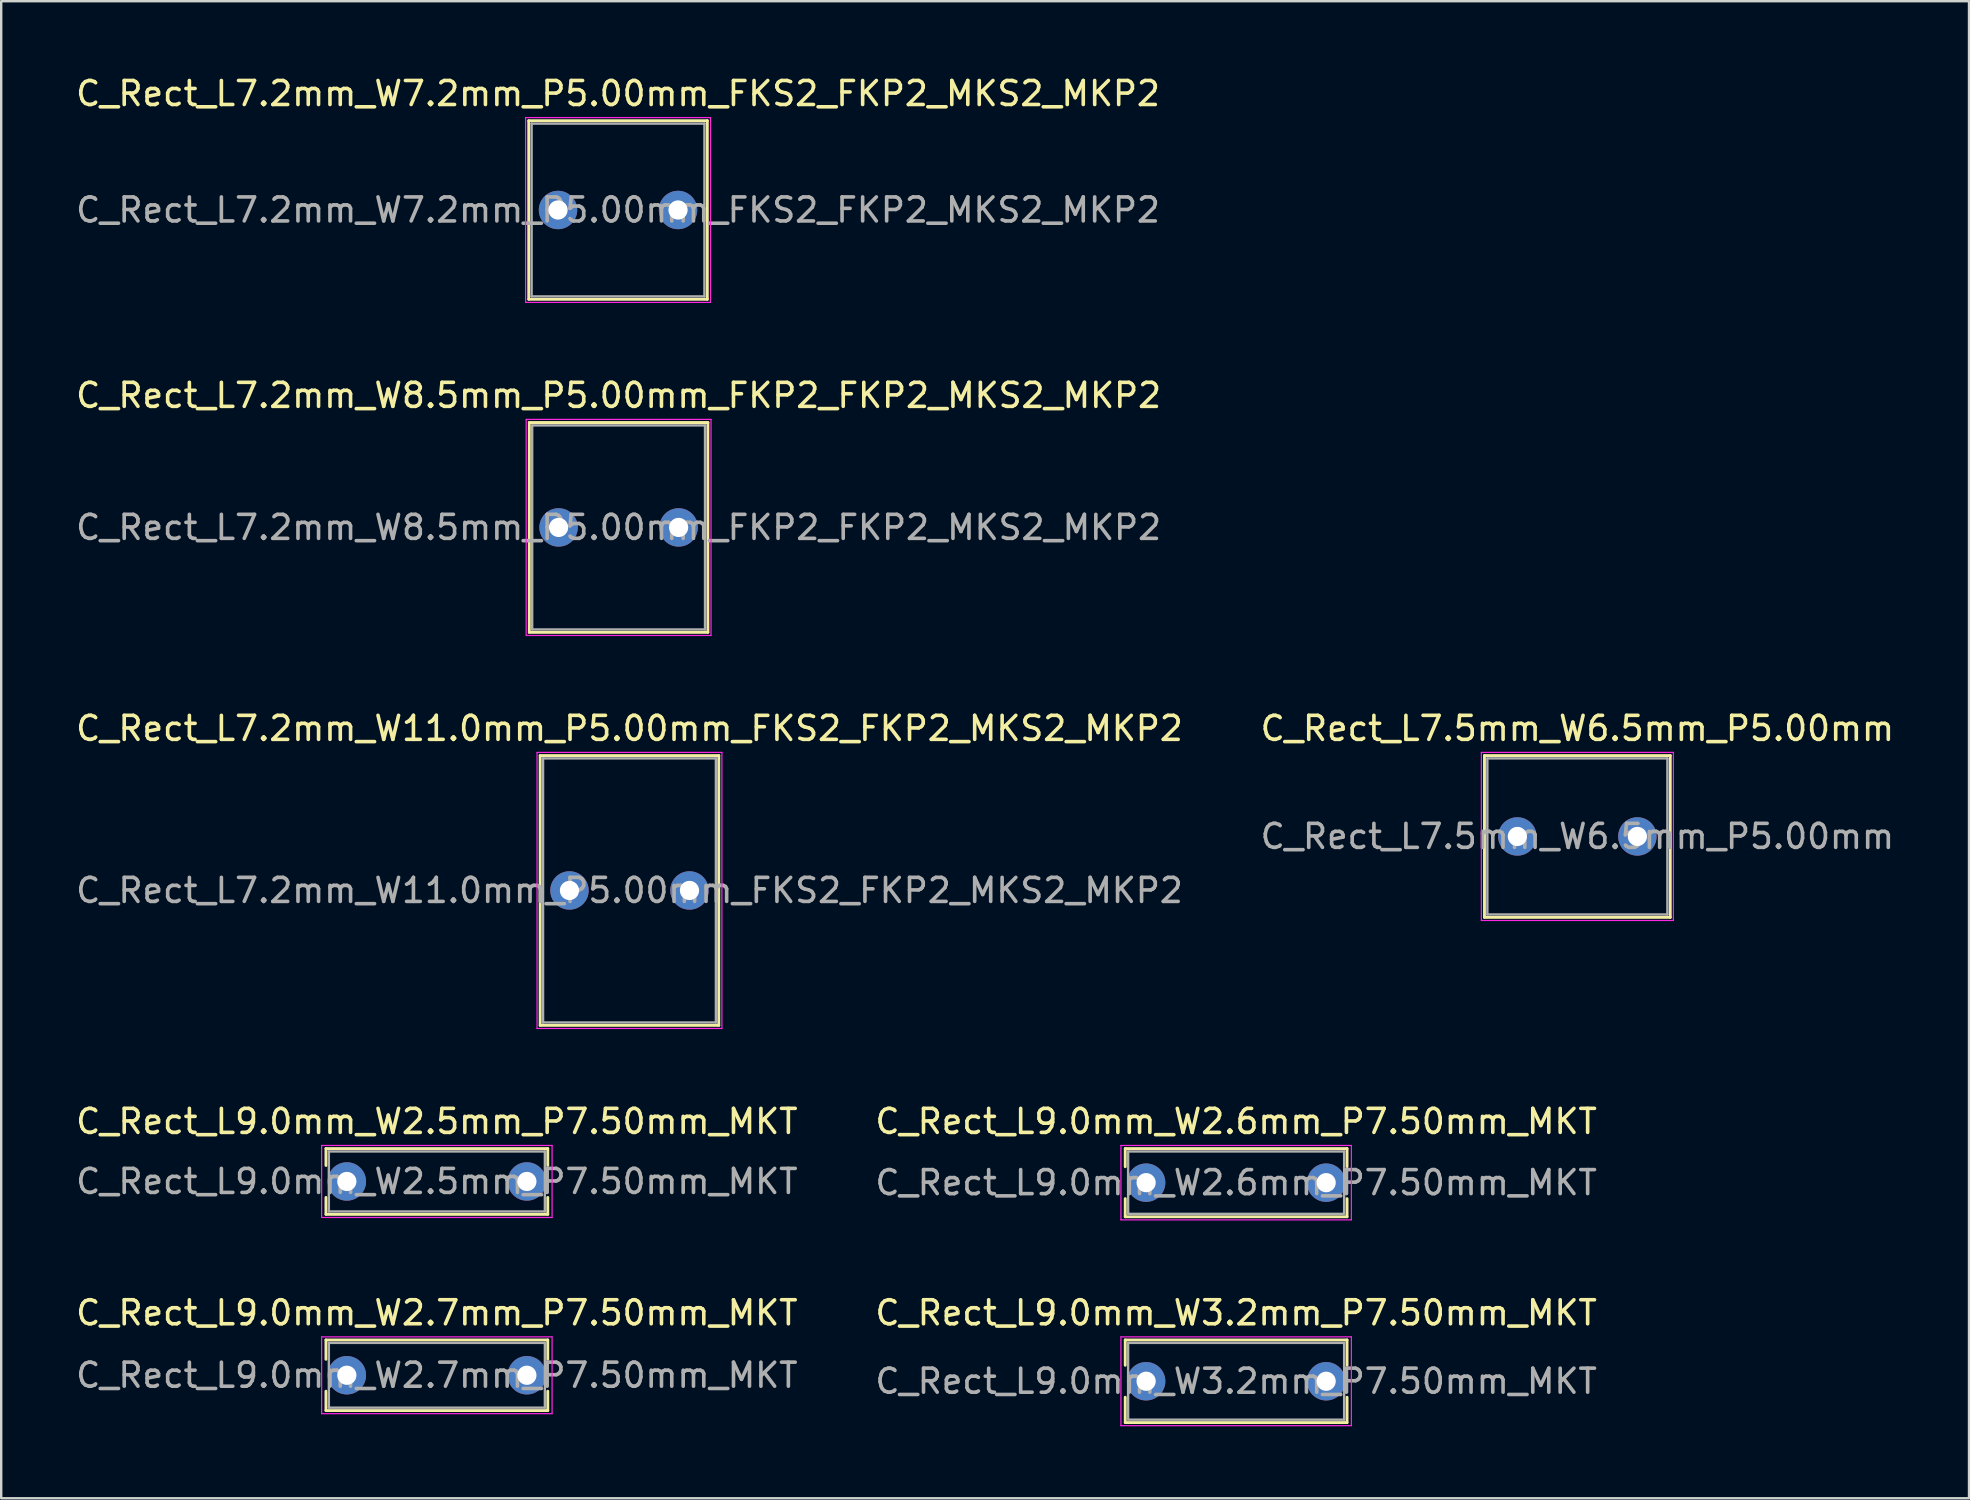
<source format=kicad_pcb>
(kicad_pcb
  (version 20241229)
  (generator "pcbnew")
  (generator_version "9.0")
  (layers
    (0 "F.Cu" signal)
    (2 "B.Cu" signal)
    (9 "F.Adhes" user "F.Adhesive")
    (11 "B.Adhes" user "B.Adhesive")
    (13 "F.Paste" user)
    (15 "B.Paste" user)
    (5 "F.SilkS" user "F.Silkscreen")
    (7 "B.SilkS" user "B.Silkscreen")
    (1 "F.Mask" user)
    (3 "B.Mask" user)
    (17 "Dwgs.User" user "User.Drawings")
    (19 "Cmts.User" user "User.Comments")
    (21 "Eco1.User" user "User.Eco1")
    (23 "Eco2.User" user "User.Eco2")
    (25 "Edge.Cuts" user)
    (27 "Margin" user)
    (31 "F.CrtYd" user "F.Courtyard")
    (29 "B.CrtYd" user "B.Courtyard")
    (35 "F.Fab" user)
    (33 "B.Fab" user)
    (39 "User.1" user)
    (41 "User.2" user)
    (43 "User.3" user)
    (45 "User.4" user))
  (footprint "C_Rect_L7.2mm_W11.0mm_P5.00mm_FKS2_FKP2_MKS2_MKP2"
    (layer "F.Cu")
    (at 20.673 34.045)
    (property "Reference" "C_Rect_L7.2mm_W11.0mm_P5.00mm_FKS2_FKP2_MKS2_MKP2" (at 2.5 -6.75 0) (layer "F.SilkS") (effects (font (size 1 1) (thickness 0.15))))
    (attr through_hole)
    (fp_line (start -1.22 -5.62) (end -1.22 5.62) (stroke (width 0.12) (type solid)) (layer "F.SilkS"))
    (fp_line (start -1.22 -5.62) (end 6.22 -5.62) (stroke (width 0.12) (type solid)) (layer "F.SilkS"))
    (fp_line (start -1.22 5.62) (end 6.22 5.62) (stroke (width 0.12) (type solid)) (layer "F.SilkS"))
    (fp_line (start 6.22 -5.62) (end 6.22 5.62) (stroke (width 0.12) (type solid)) (layer "F.SilkS"))
    (fp_line (start -1.35 -5.75) (end -1.35 5.75) (stroke (width 0.05) (type solid)) (layer "F.CrtYd"))
    (fp_line (start -1.35 5.75) (end 6.35 5.75) (stroke (width 0.05) (type solid)) (layer "F.CrtYd"))
    (fp_line (start 6.35 -5.75) (end -1.35 -5.75) (stroke (width 0.05) (type solid)) (layer "F.CrtYd"))
    (fp_line (start 6.35 5.75) (end 6.35 -5.75) (stroke (width 0.05) (type solid)) (layer "F.CrtYd"))
    (fp_line (start -1.1 -5.5) (end -1.1 5.5) (stroke (width 0.1) (type solid)) (layer "F.Fab"))
    (fp_line (start -1.1 5.5) (end 6.1 5.5) (stroke (width 0.1) (type solid)) (layer "F.Fab"))
    (fp_line (start 6.1 -5.5) (end -1.1 -5.5) (stroke (width 0.1) (type solid)) (layer "F.Fab"))
    (fp_line (start 6.1 5.5) (end 6.1 -5.5) (stroke (width 0.1) (type solid)) (layer "F.Fab"))
    (fp_text user "${REFERENCE}" (at 2.5 0 0) (layer "F.Fab") (effects (font (size 1 1) (thickness 0.15))))
    (pad "1" thru_hole circle (at 0 0) (size 1.6 1.6) (drill 0.8) (layers "*.Cu" "*.Mask"))
    (pad "2" thru_hole circle (at 5 0) (size 1.6 1.6) (drill 0.8) (layers "*.Cu" "*.Mask")))
  (footprint "C_Rect_L9.0mm_W2.7mm_P7.50mm_MKT"
    (layer "F.Cu")
    (at 11.399 54.241)
    (property "Reference" "C_Rect_L9.0mm_W2.7mm_P7.50mm_MKT" (at 3.75 -2.6 0) (layer "F.SilkS") (effects (font (size 1 1) (thickness 0.15))))
    (attr through_hole)
    (fp_line (start -0.87 -1.471) (end -0.87 -0.665) (stroke (width 0.12) (type solid)) (layer "F.SilkS"))
    (fp_line (start -0.87 -1.471) (end 8.37 -1.471) (stroke (width 0.12) (type solid)) (layer "F.SilkS"))
    (fp_line (start -0.87 0.665) (end -0.87 1.471) (stroke (width 0.12) (type solid)) (layer "F.SilkS"))
    (fp_line (start -0.87 1.471) (end 8.37 1.471) (stroke (width 0.12) (type solid)) (layer "F.SilkS"))
    (fp_line (start 8.37 -1.471) (end 8.37 -0.665) (stroke (width 0.12) (type solid)) (layer "F.SilkS"))
    (fp_line (start 8.37 0.665) (end 8.37 1.471) (stroke (width 0.12) (type solid)) (layer "F.SilkS"))
    (fp_line (start -1.05 -1.6) (end -1.05 1.6) (stroke (width 0.05) (type solid)) (layer "F.CrtYd"))
    (fp_line (start -1.05 1.6) (end 8.55 1.6) (stroke (width 0.05) (type solid)) (layer "F.CrtYd"))
    (fp_line (start 8.55 -1.6) (end -1.05 -1.6) (stroke (width 0.05) (type solid)) (layer "F.CrtYd"))
    (fp_line (start 8.55 1.6) (end 8.55 -1.6) (stroke (width 0.05) (type solid)) (layer "F.CrtYd"))
    (fp_line (start -0.75 -1.35) (end -0.75 1.35) (stroke (width 0.1) (type solid)) (layer "F.Fab"))
    (fp_line (start -0.75 1.35) (end 8.25 1.35) (stroke (width 0.1) (type solid)) (layer "F.Fab"))
    (fp_line (start 8.25 -1.35) (end -0.75 -1.35) (stroke (width 0.1) (type solid)) (layer "F.Fab"))
    (fp_line (start 8.25 1.35) (end 8.25 -1.35) (stroke (width 0.1) (type solid)) (layer "F.Fab"))
    (fp_text user "${REFERENCE}" (at 3.75 0 0) (layer "F.Fab") (effects (font (size 1 1) (thickness 0.15))))
    (pad "1" thru_hole circle (at 0 0) (size 1.6 1.6) (drill 0.8) (layers "*.Cu" "*.Mask"))
    (pad "2" thru_hole circle (at 7.5 0) (size 1.6 1.6) (drill 0.8) (layers "*.Cu" "*.Mask")))
  (footprint "C_Rect_L7.2mm_W7.2mm_P5.00mm_FKS2_FKP2_MKS2_MKP2"
    (layer "F.Cu")
    (at 20.196 5.698)
    (property "Reference" "C_Rect_L7.2mm_W7.2mm_P5.00mm_FKS2_FKP2_MKS2_MKP2" (at 2.5 -4.85 0) (layer "F.SilkS") (effects (font (size 1 1) (thickness 0.15))))
    (attr through_hole)
    (fp_line (start -1.22 -3.72) (end -1.22 3.72) (stroke (width 0.12) (type solid)) (layer "F.SilkS"))
    (fp_line (start -1.22 -3.72) (end 6.22 -3.72) (stroke (width 0.12) (type solid)) (layer "F.SilkS"))
    (fp_line (start -1.22 3.72) (end 6.22 3.72) (stroke (width 0.12) (type solid)) (layer "F.SilkS"))
    (fp_line (start 6.22 -3.72) (end 6.22 3.72) (stroke (width 0.12) (type solid)) (layer "F.SilkS"))
    (fp_line (start -1.35 -3.85) (end -1.35 3.85) (stroke (width 0.05) (type solid)) (layer "F.CrtYd"))
    (fp_line (start -1.35 3.85) (end 6.35 3.85) (stroke (width 0.05) (type solid)) (layer "F.CrtYd"))
    (fp_line (start 6.35 -3.85) (end -1.35 -3.85) (stroke (width 0.05) (type solid)) (layer "F.CrtYd"))
    (fp_line (start 6.35 3.85) (end 6.35 -3.85) (stroke (width 0.05) (type solid)) (layer "F.CrtYd"))
    (fp_line (start -1.1 -3.6) (end -1.1 3.6) (stroke (width 0.1) (type solid)) (layer "F.Fab"))
    (fp_line (start -1.1 3.6) (end 6.1 3.6) (stroke (width 0.1) (type solid)) (layer "F.Fab"))
    (fp_line (start 6.1 -3.6) (end -1.1 -3.6) (stroke (width 0.1) (type solid)) (layer "F.Fab"))
    (fp_line (start 6.1 3.6) (end 6.1 -3.6) (stroke (width 0.1) (type solid)) (layer "F.Fab"))
    (fp_text user "${REFERENCE}" (at 2.5 0 0) (layer "F.Fab") (effects (font (size 1 1) (thickness 0.15))))
    (pad "1" thru_hole circle (at 0 0) (size 1.6 1.6) (drill 0.8) (layers "*.Cu" "*.Mask"))
    (pad "2" thru_hole circle (at 5 0) (size 1.6 1.6) (drill 0.8) (layers "*.Cu" "*.Mask")))
  (footprint "C_Rect_L9.0mm_W3.2mm_P7.50mm_MKT"
    (layer "F.Cu")
    (at 44.696 54.491)
    (property "Reference" "C_Rect_L9.0mm_W3.2mm_P7.50mm_MKT" (at 3.75 -2.85 0) (layer "F.SilkS") (effects (font (size 1 1) (thickness 0.15))))
    (attr through_hole)
    (fp_line (start -0.87 -1.721) (end -0.87 -0.665) (stroke (width 0.12) (type solid)) (layer "F.SilkS"))
    (fp_line (start -0.87 -1.721) (end 8.37 -1.721) (stroke (width 0.12) (type solid)) (layer "F.SilkS"))
    (fp_line (start -0.87 0.665) (end -0.87 1.721) (stroke (width 0.12) (type solid)) (layer "F.SilkS"))
    (fp_line (start -0.87 1.721) (end 8.37 1.721) (stroke (width 0.12) (type solid)) (layer "F.SilkS"))
    (fp_line (start 8.37 -1.721) (end 8.37 -0.665) (stroke (width 0.12) (type solid)) (layer "F.SilkS"))
    (fp_line (start 8.37 0.665) (end 8.37 1.721) (stroke (width 0.12) (type solid)) (layer "F.SilkS"))
    (fp_line (start -1.05 -1.85) (end -1.05 1.85) (stroke (width 0.05) (type solid)) (layer "F.CrtYd"))
    (fp_line (start -1.05 1.85) (end 8.55 1.85) (stroke (width 0.05) (type solid)) (layer "F.CrtYd"))
    (fp_line (start 8.55 -1.85) (end -1.05 -1.85) (stroke (width 0.05) (type solid)) (layer "F.CrtYd"))
    (fp_line (start 8.55 1.85) (end 8.55 -1.85) (stroke (width 0.05) (type solid)) (layer "F.CrtYd"))
    (fp_line (start -0.75 -1.6) (end -0.75 1.6) (stroke (width 0.1) (type solid)) (layer "F.Fab"))
    (fp_line (start -0.75 1.6) (end 8.25 1.6) (stroke (width 0.1) (type solid)) (layer "F.Fab"))
    (fp_line (start 8.25 -1.6) (end -0.75 -1.6) (stroke (width 0.1) (type solid)) (layer "F.Fab"))
    (fp_line (start 8.25 1.6) (end 8.25 -1.6) (stroke (width 0.1) (type solid)) (layer "F.Fab"))
    (fp_text user "${REFERENCE}" (at 3.75 0 0) (layer "F.Fab") (effects (font (size 1 1) (thickness 0.15))))
    (pad "1" thru_hole circle (at 0 0) (size 1.6 1.6) (drill 0.8) (layers "*.Cu" "*.Mask"))
    (pad "2" thru_hole circle (at 7.5 0) (size 1.6 1.6) (drill 0.8) (layers "*.Cu" "*.Mask")))
  (footprint "C_Rect_L9.0mm_W2.6mm_P7.50mm_MKT"
    (layer "F.Cu")
    (at 44.696 46.218)
    (property "Reference" "C_Rect_L9.0mm_W2.6mm_P7.50mm_MKT" (at 3.75 -2.55 0) (layer "F.SilkS") (effects (font (size 1 1) (thickness 0.15))))
    (attr through_hole)
    (fp_line (start -0.87 -1.42) (end -0.87 -0.665) (stroke (width 0.12) (type solid)) (layer "F.SilkS"))
    (fp_line (start -0.87 -1.42) (end 8.37 -1.42) (stroke (width 0.12) (type solid)) (layer "F.SilkS"))
    (fp_line (start -0.87 0.665) (end -0.87 1.42) (stroke (width 0.12) (type solid)) (layer "F.SilkS"))
    (fp_line (start -0.87 1.42) (end 8.37 1.42) (stroke (width 0.12) (type solid)) (layer "F.SilkS"))
    (fp_line (start 8.37 -1.42) (end 8.37 -0.665) (stroke (width 0.12) (type solid)) (layer "F.SilkS"))
    (fp_line (start 8.37 0.665) (end 8.37 1.42) (stroke (width 0.12) (type solid)) (layer "F.SilkS"))
    (fp_line (start -1.05 -1.55) (end -1.05 1.55) (stroke (width 0.05) (type solid)) (layer "F.CrtYd"))
    (fp_line (start -1.05 1.55) (end 8.55 1.55) (stroke (width 0.05) (type solid)) (layer "F.CrtYd"))
    (fp_line (start 8.55 -1.55) (end -1.05 -1.55) (stroke (width 0.05) (type solid)) (layer "F.CrtYd"))
    (fp_line (start 8.55 1.55) (end 8.55 -1.55) (stroke (width 0.05) (type solid)) (layer "F.CrtYd"))
    (fp_line (start -0.75 -1.3) (end -0.75 1.3) (stroke (width 0.1) (type solid)) (layer "F.Fab"))
    (fp_line (start -0.75 1.3) (end 8.25 1.3) (stroke (width 0.1) (type solid)) (layer "F.Fab"))
    (fp_line (start 8.25 -1.3) (end -0.75 -1.3) (stroke (width 0.1) (type solid)) (layer "F.Fab"))
    (fp_line (start 8.25 1.3) (end 8.25 -1.3) (stroke (width 0.1) (type solid)) (layer "F.Fab"))
    (fp_text user "${REFERENCE}" (at 3.75 0 0) (layer "F.Fab") (effects (font (size 1 1) (thickness 0.15))))
    (pad "1" thru_hole circle (at 0 0) (size 1.6 1.6) (drill 0.8) (layers "*.Cu" "*.Mask"))
    (pad "2" thru_hole circle (at 7.5 0) (size 1.6 1.6) (drill 0.8) (layers "*.Cu" "*.Mask")))
  (footprint "C_Rect_L7.2mm_W8.5mm_P5.00mm_FKP2_FKP2_MKS2_MKP2"
    (layer "F.Cu")
    (at 20.22 18.922)
    (property "Reference" "C_Rect_L7.2mm_W8.5mm_P5.00mm_FKP2_FKP2_MKS2_MKP2" (at 2.5 -5.5 0) (layer "F.SilkS") (effects (font (size 1 1) (thickness 0.15))))
    (attr through_hole)
    (fp_line (start -1.22 -4.37) (end -1.22 4.37) (stroke (width 0.12) (type solid)) (layer "F.SilkS"))
    (fp_line (start -1.22 -4.37) (end 6.22 -4.37) (stroke (width 0.12) (type solid)) (layer "F.SilkS"))
    (fp_line (start -1.22 4.37) (end 6.22 4.37) (stroke (width 0.12) (type solid)) (layer "F.SilkS"))
    (fp_line (start 6.22 -4.37) (end 6.22 4.37) (stroke (width 0.12) (type solid)) (layer "F.SilkS"))
    (fp_line (start -1.35 -4.5) (end -1.35 4.5) (stroke (width 0.05) (type solid)) (layer "F.CrtYd"))
    (fp_line (start -1.35 4.5) (end 6.35 4.5) (stroke (width 0.05) (type solid)) (layer "F.CrtYd"))
    (fp_line (start 6.35 -4.5) (end -1.35 -4.5) (stroke (width 0.05) (type solid)) (layer "F.CrtYd"))
    (fp_line (start 6.35 4.5) (end 6.35 -4.5) (stroke (width 0.05) (type solid)) (layer "F.CrtYd"))
    (fp_line (start -1.1 -4.25) (end -1.1 4.25) (stroke (width 0.1) (type solid)) (layer "F.Fab"))
    (fp_line (start -1.1 4.25) (end 6.1 4.25) (stroke (width 0.1) (type solid)) (layer "F.Fab"))
    (fp_line (start 6.1 -4.25) (end -1.1 -4.25) (stroke (width 0.1) (type solid)) (layer "F.Fab"))
    (fp_line (start 6.1 4.25) (end 6.1 -4.25) (stroke (width 0.1) (type solid)) (layer "F.Fab"))
    (fp_text user "${REFERENCE}" (at 2.5 0 0) (layer "F.Fab") (effects (font (size 1 1) (thickness 0.15))))
    (pad "1" thru_hole circle (at 0 0) (size 1.6 1.6) (drill 0.8) (layers "*.Cu" "*.Mask"))
    (pad "2" thru_hole circle (at 5 0) (size 1.6 1.6) (drill 0.8) (layers "*.Cu" "*.Mask")))
  (footprint "C_Rect_L7.5mm_W6.5mm_P5.00mm"
    (layer "F.Cu")
    (at 60.161 31.795)
    (property "Reference" "C_Rect_L7.5mm_W6.5mm_P5.00mm" (at 2.5 -4.5 0) (layer "F.SilkS") (effects (font (size 1 1) (thickness 0.15))))
    (attr through_hole)
    (fp_line (start -1.37 -3.37) (end -1.37 3.37) (stroke (width 0.12) (type solid)) (layer "F.SilkS"))
    (fp_line (start -1.37 -3.37) (end 6.37 -3.37) (stroke (width 0.12) (type solid)) (layer "F.SilkS"))
    (fp_line (start -1.37 3.37) (end 6.37 3.37) (stroke (width 0.12) (type solid)) (layer "F.SilkS"))
    (fp_line (start 6.37 -3.37) (end 6.37 3.37) (stroke (width 0.12) (type solid)) (layer "F.SilkS"))
    (fp_line (start -1.5 -3.5) (end -1.5 3.5) (stroke (width 0.05) (type solid)) (layer "F.CrtYd"))
    (fp_line (start -1.5 3.5) (end 6.5 3.5) (stroke (width 0.05) (type solid)) (layer "F.CrtYd"))
    (fp_line (start 6.5 -3.5) (end -1.5 -3.5) (stroke (width 0.05) (type solid)) (layer "F.CrtYd"))
    (fp_line (start 6.5 3.5) (end 6.5 -3.5) (stroke (width 0.05) (type solid)) (layer "F.CrtYd"))
    (fp_line (start -1.25 -3.25) (end -1.25 3.25) (stroke (width 0.1) (type solid)) (layer "F.Fab"))
    (fp_line (start -1.25 3.25) (end 6.25 3.25) (stroke (width 0.1) (type solid)) (layer "F.Fab"))
    (fp_line (start 6.25 -3.25) (end -1.25 -3.25) (stroke (width 0.1) (type solid)) (layer "F.Fab"))
    (fp_line (start 6.25 3.25) (end 6.25 -3.25) (stroke (width 0.1) (type solid)) (layer "F.Fab"))
    (fp_text user "${REFERENCE}" (at 2.5 0 0) (layer "F.Fab") (effects (font (size 1 1) (thickness 0.15))))
    (pad "1" thru_hole circle (at 0 0) (size 1.6 1.6) (drill 0.8) (layers "*.Cu" "*.Mask"))
    (pad "2" thru_hole circle (at 5 0) (size 1.6 1.6) (drill 0.8) (layers "*.Cu" "*.Mask")))
  (footprint "C_Rect_L9.0mm_W2.5mm_P7.50mm_MKT"
    (layer "F.Cu")
    (at 11.399 46.168)
    (property "Reference" "C_Rect_L9.0mm_W2.5mm_P7.50mm_MKT" (at 3.75 -2.5 0) (layer "F.SilkS") (effects (font (size 1 1) (thickness 0.15))))
    (attr through_hole)
    (fp_line (start -0.87 -1.37) (end -0.87 -0.665) (stroke (width 0.12) (type solid)) (layer "F.SilkS"))
    (fp_line (start -0.87 -1.37) (end 8.37 -1.37) (stroke (width 0.12) (type solid)) (layer "F.SilkS"))
    (fp_line (start -0.87 0.665) (end -0.87 1.37) (stroke (width 0.12) (type solid)) (layer "F.SilkS"))
    (fp_line (start -0.87 1.37) (end 8.37 1.37) (stroke (width 0.12) (type solid)) (layer "F.SilkS"))
    (fp_line (start 8.37 -1.37) (end 8.37 -0.665) (stroke (width 0.12) (type solid)) (layer "F.SilkS"))
    (fp_line (start 8.37 0.665) (end 8.37 1.37) (stroke (width 0.12) (type solid)) (layer "F.SilkS"))
    (fp_line (start -1.05 -1.5) (end -1.05 1.5) (stroke (width 0.05) (type solid)) (layer "F.CrtYd"))
    (fp_line (start -1.05 1.5) (end 8.55 1.5) (stroke (width 0.05) (type solid)) (layer "F.CrtYd"))
    (fp_line (start 8.55 -1.5) (end -1.05 -1.5) (stroke (width 0.05) (type solid)) (layer "F.CrtYd"))
    (fp_line (start 8.55 1.5) (end 8.55 -1.5) (stroke (width 0.05) (type solid)) (layer "F.CrtYd"))
    (fp_line (start -0.75 -1.25) (end -0.75 1.25) (stroke (width 0.1) (type solid)) (layer "F.Fab"))
    (fp_line (start -0.75 1.25) (end 8.25 1.25) (stroke (width 0.1) (type solid)) (layer "F.Fab"))
    (fp_line (start 8.25 -1.25) (end -0.75 -1.25) (stroke (width 0.1) (type solid)) (layer "F.Fab"))
    (fp_line (start 8.25 1.25) (end 8.25 -1.25) (stroke (width 0.1) (type solid)) (layer "F.Fab"))
    (fp_text user "${REFERENCE}" (at 3.75 0 0) (layer "F.Fab") (effects (font (size 1 1) (thickness 0.15))))
    (pad "1" thru_hole circle (at 0 0) (size 1.6 1.6) (drill 0.8) (layers "*.Cu" "*.Mask"))
    (pad "2" thru_hole circle (at 7.5 0) (size 1.6 1.6) (drill 0.8) (layers "*.Cu" "*.Mask")))
  (gr_rect
    (start -3 -3)
    (end 78.976 59.366)
    (stroke (width 0.1) (type default))
    (fill no)
    (layer "Edge.Cuts")))
</source>
